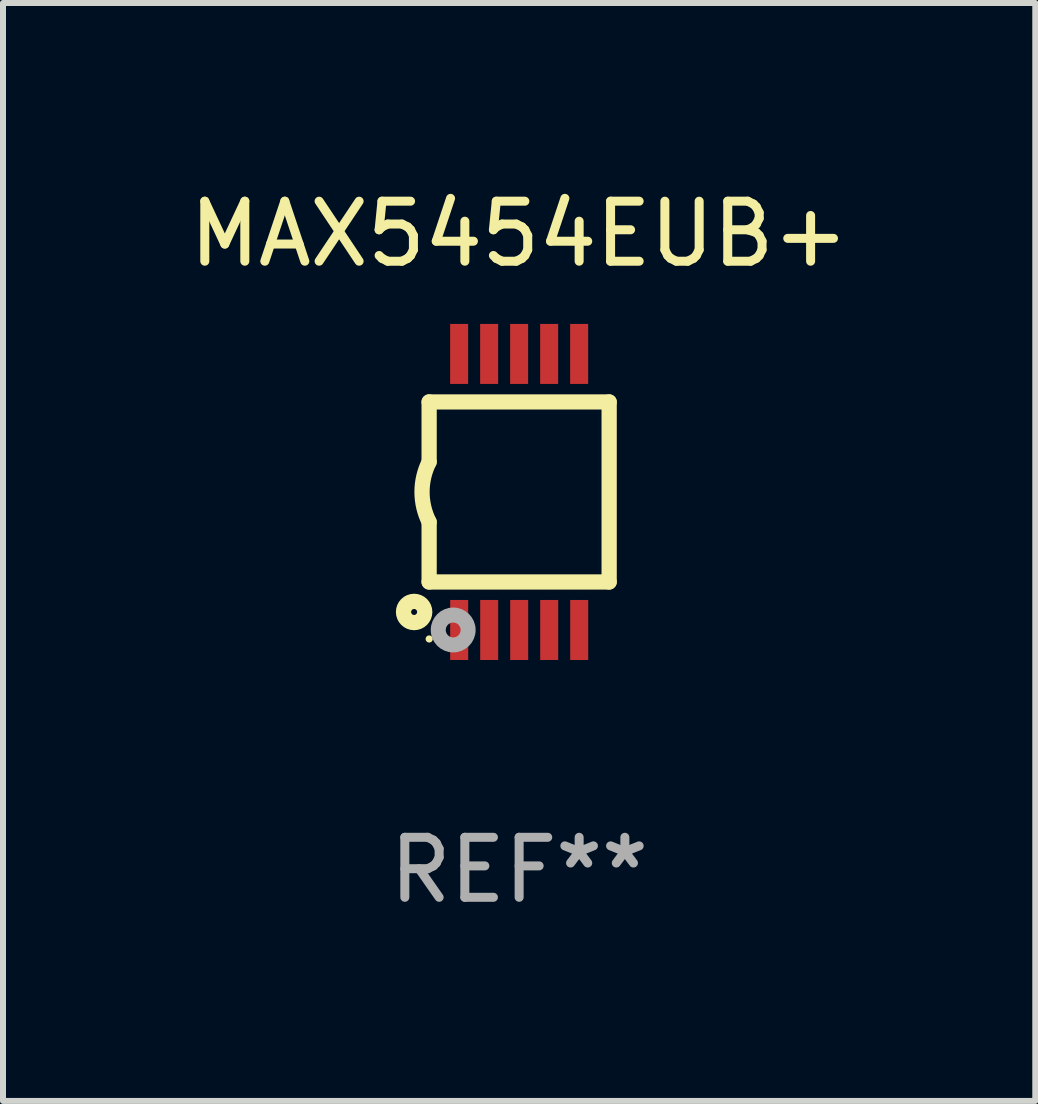
<source format=kicad_pcb>
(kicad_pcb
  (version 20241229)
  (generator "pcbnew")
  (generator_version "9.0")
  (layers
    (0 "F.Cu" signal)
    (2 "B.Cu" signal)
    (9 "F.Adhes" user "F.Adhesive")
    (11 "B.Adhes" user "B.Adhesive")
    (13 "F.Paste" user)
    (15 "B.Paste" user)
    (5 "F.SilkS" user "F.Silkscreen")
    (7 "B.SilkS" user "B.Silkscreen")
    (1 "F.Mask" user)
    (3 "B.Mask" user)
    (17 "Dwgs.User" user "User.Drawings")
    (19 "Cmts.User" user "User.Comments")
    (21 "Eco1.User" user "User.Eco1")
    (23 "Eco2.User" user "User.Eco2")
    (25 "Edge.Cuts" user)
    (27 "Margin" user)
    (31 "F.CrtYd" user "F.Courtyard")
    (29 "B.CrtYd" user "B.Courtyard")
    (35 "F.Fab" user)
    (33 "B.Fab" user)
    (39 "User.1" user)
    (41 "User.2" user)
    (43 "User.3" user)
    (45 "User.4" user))
  (footprint "MAX5454EUB+"
    (layer "F.Cu")
    (at 5.601 5.148)
    (property "Reference" "MAX5454EUB+" (at 0 -4.3 0) (layer "F.SilkS") (effects (font (size 1 1) (thickness 0.15))))
    (attr through_hole)
    (fp_line (start -1.5 -1.5) (end -1.5 -0.5) (stroke (width 0.254) (type solid)) (layer "F.SilkS"))
    (fp_line (start -1.5 1.5) (end -1.5 0.5) (stroke (width 0.254) (type solid)) (layer "F.SilkS"))
    (fp_line (start -1.5 1.5) (end 1.5 1.5) (stroke (width 0.254) (type solid)) (layer "F.SilkS"))
    (fp_line (start 1.5 1.5) (end 1.5 -1.5) (stroke (width 0.254) (type solid)) (layer "F.SilkS"))
    (fp_line (start 1.5 -1.5) (end -1.5 -1.5) (stroke (width 0.254) (type solid)) (layer "F.SilkS"))
    (fp_arc (start -1.500165 0.5) (mid -1.618199 0) (end -1.500165 -0.5) (stroke (width 0.254001) (type solid)) (layer "F.SilkS"))
    (fp_circle (center -1.75 2) (end -1.573 2) (stroke (width 0.254) (type solid)) (fill no) (layer "F.SilkS"))
    (fp_circle (center -1.499 2.45) (end -1.469 2.45) (stroke (width 0.06) (type solid)) (fill no) (layer "F.SilkS"))
    (fp_circle (center -1.099 2.3) (end -0.975 2.3) (stroke (width 0.25) (type solid)) (fill no) (layer "F.Fab"))
    (fp_text user "REF**" (at 0 6.3 0) (layer "F.Fab") (effects (font (size 1 1) (thickness 0.15))))
    (pad "1" smd rect (at -0.999 2.3 180) (size 0.3 1) (layers "F.Cu" "F.Mask" "F.Paste"))
    (pad "2" smd rect (at -0.499 2.3 180) (size 0.3 1) (layers "F.Cu" "F.Mask" "F.Paste"))
    (pad "3" smd rect (at 0.001 2.3 180) (size 0.3 1) (layers "F.Cu" "F.Mask" "F.Paste"))
    (pad "4" smd rect (at 0.501 2.3 180) (size 0.3 1) (layers "F.Cu" "F.Mask" "F.Paste"))
    (pad "5" smd rect (at 1.001 2.3 180) (size 0.3 1) (layers "F.Cu" "F.Mask" "F.Paste"))
    (pad "6" smd rect (at 1 -2.3 180) (size 0.3 1) (layers "F.Cu" "F.Mask" "F.Paste"))
    (pad "7" smd rect (at 0.5 -2.3 180) (size 0.3 1) (layers "F.Cu" "F.Mask" "F.Paste"))
    (pad "8" smd rect (at -0.000165 -2.3 180) (size 0.3 1) (layers "F.Cu" "F.Mask" "F.Paste"))
    (pad "9" smd rect (at -0.5 -2.3 180) (size 0.3 1) (layers "F.Cu" "F.Mask" "F.Paste"))
    (pad "10" smd rect (at -1 -2.3 180) (size 0.3 1) (layers "F.Cu" "F.Mask" "F.Paste")))
  (gr_rect
    (start -3 -3)
    (end 14.202 15.296)
    (stroke (width 0.1) (type default))
    (fill no)
    (layer "Edge.Cuts")))
</source>
